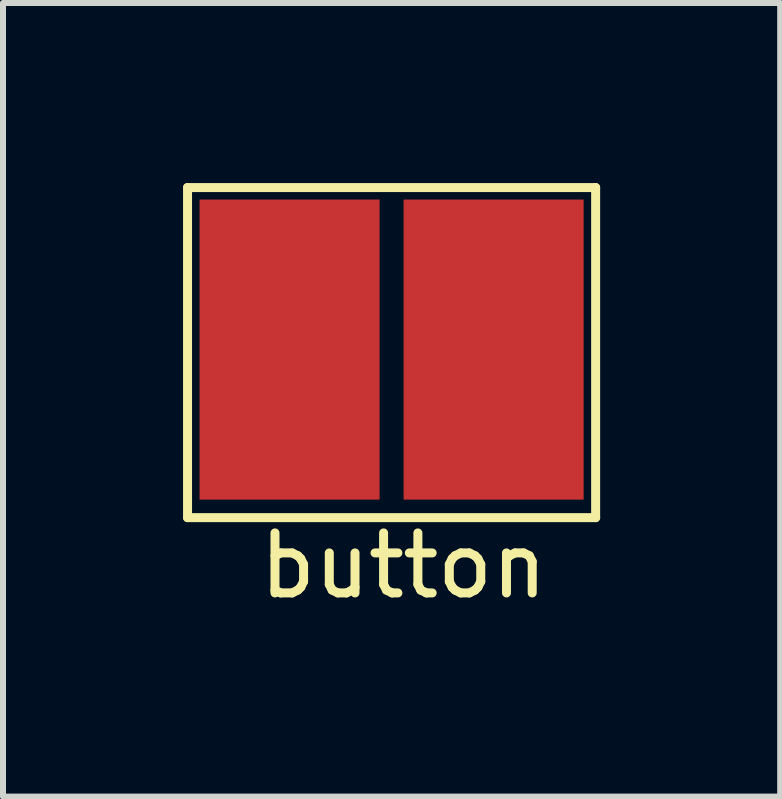
<source format=kicad_pcb>
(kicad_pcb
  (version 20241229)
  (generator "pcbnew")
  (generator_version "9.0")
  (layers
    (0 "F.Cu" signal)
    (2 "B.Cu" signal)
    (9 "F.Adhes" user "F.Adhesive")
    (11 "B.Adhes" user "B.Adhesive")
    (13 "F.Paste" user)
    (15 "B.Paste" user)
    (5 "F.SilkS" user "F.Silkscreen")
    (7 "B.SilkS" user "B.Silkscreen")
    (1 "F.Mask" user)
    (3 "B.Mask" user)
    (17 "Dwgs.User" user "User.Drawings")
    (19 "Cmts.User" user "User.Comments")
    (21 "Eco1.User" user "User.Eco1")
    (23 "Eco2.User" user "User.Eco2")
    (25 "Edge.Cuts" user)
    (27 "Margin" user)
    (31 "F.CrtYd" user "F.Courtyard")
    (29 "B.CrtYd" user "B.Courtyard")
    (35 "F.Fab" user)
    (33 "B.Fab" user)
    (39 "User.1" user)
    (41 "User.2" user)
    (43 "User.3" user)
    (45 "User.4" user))
  (footprint "button"
    (layer "F.Cu")
    (at 3.475 2.475)
    (property "Reference" "button" (at 0.2 3.9 0) (layer "F.SilkS") (effects (font (size 1 1) (thickness 0.15))))
    (attr through_hole)
    (fp_line (start -3.4 -2.4) (end 3.4 -2.4) (stroke (width 0.15) (type solid)) (layer "F.SilkS"))
    (fp_line (start -3.4 3.1) (end -3.4 -2.4) (stroke (width 0.15) (type solid)) (layer "F.SilkS"))
    (fp_line (start 3.4 -2.4) (end 3.4 3.1) (stroke (width 0.15) (type solid)) (layer "F.SilkS"))
    (fp_line (start 3.4 3.1) (end -3.4 3.1) (stroke (width 0.15) (type solid)) (layer "F.SilkS"))
    (pad "1" smd rect (at -1.7 0.3) (size 3 5) (layers "F.Cu" "F.Mask" "F.Paste"))
    (pad "2" smd rect (at 1.7 0.3) (size 3 5) (layers "F.Cu" "F.Mask" "F.Paste")))
  (gr_rect
    (start -3 -3)
    (end 9.95 10.223)
    (stroke (width 0.1) (type default))
    (fill no)
    (layer "Edge.Cuts")))
</source>
